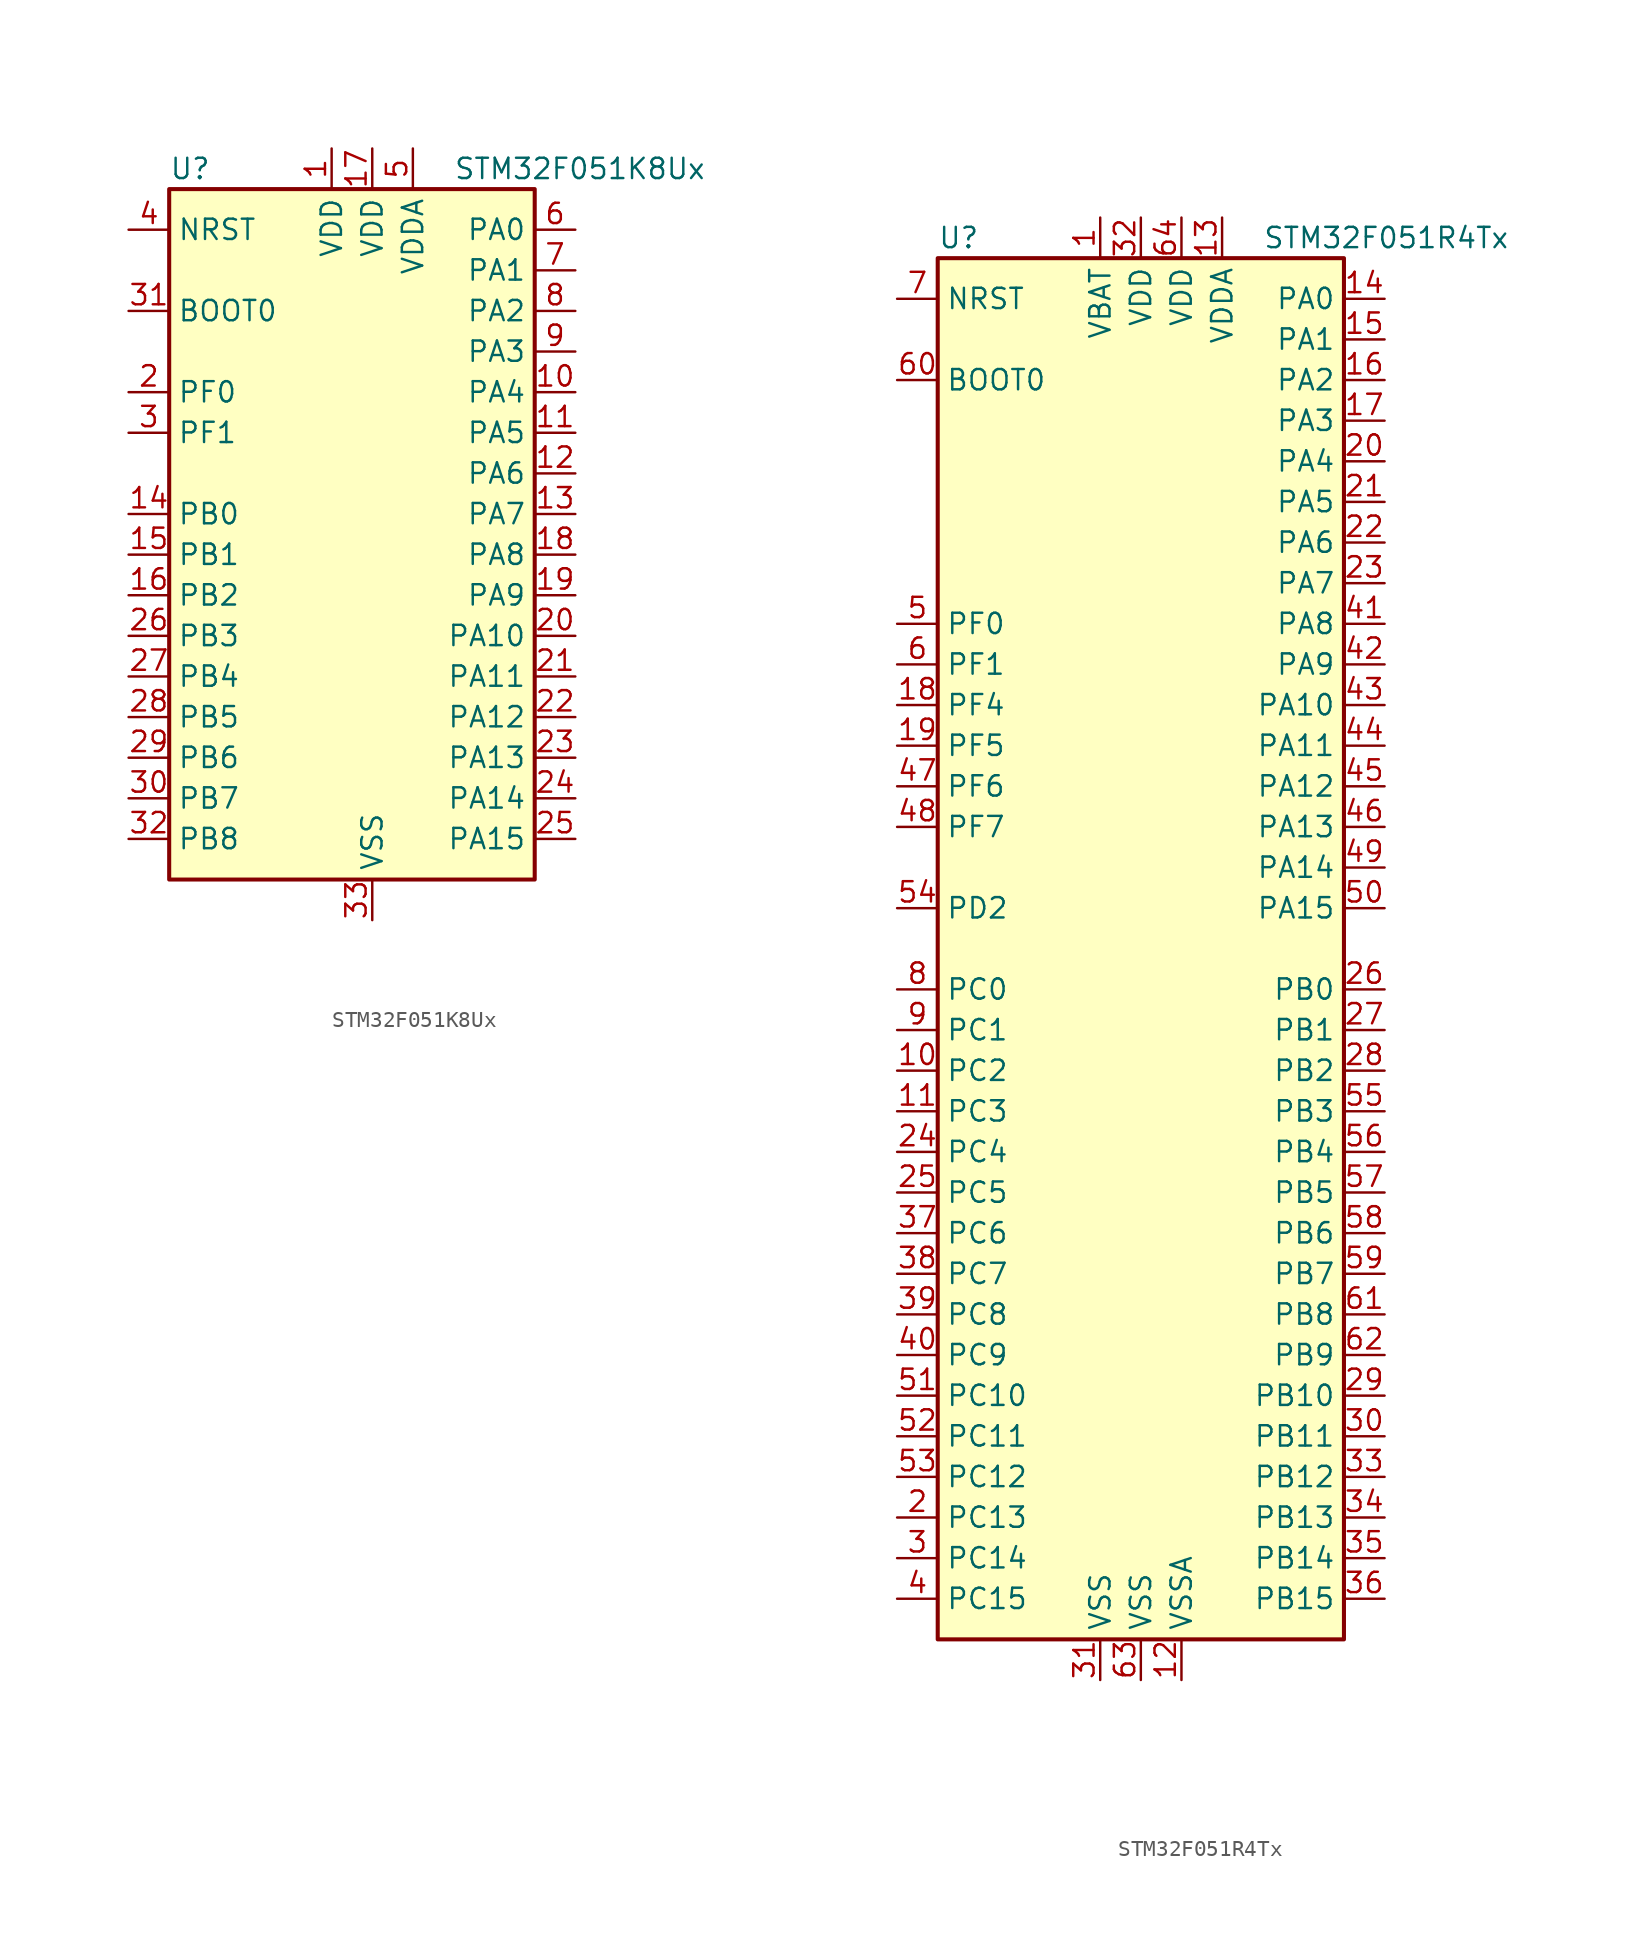
<source format=kicad_sym>
(kicad_symbol_lib
  (version 20211014)
  (generator kicad_symbol_editor)
  (symbol "STM32F051K8Ux"
    (property "Reference" "U"
      (at -12.7 21.59 0)
      (effects (font (size 1.27 1.27)) (justify left)))
    (property "Value" "STM32F051K8Ux"
      (at 5.08 21.59 0)
      (effects (font (size 1.27 1.27)) (justify left)))
    (symbol "STM32F051K8Ux_0_1"
      (rectangle (start -12.7 -22.86) (end 10.16 20.32) (stroke (width 0.254) (type default) (color 0 0 0 0)) (fill (type background))))
    (symbol "STM32F051K8Ux_1_1"
      (pin power_in line (at -2.54 22.86 270) (length 2.54) (name "VDD" (effects (font (size 1.27 1.27)))) (number "1" (effects (font (size 1.27 1.27)))))
      (pin bidirectional line (at 12.7 7.62 180) (length 2.54) (name "PA4" (effects (font (size 1.27 1.27)))) (number "10" (effects (font (size 1.27 1.27)))))
      (pin bidirectional line (at 12.7 5.08 180) (length 2.54) (name "PA5" (effects (font (size 1.27 1.27)))) (number "11" (effects (font (size 1.27 1.27)))))
      (pin bidirectional line (at 12.7 2.54 180) (length 2.54) (name "PA6" (effects (font (size 1.27 1.27)))) (number "12" (effects (font (size 1.27 1.27)))))
      (pin bidirectional line (at 12.7 0 180) (length 2.54) (name "PA7" (effects (font (size 1.27 1.27)))) (number "13" (effects (font (size 1.27 1.27)))))
      (pin bidirectional line (at -15.24 0 0) (length 2.54) (name "PB0" (effects (font (size 1.27 1.27)))) (number "14" (effects (font (size 1.27 1.27)))))
      (pin bidirectional line (at -15.24 -2.54 0) (length 2.54) (name "PB1" (effects (font (size 1.27 1.27)))) (number "15" (effects (font (size 1.27 1.27)))))
      (pin bidirectional line (at -15.24 -5.08 0) (length 2.54) (name "PB2" (effects (font (size 1.27 1.27)))) (number "16" (effects (font (size 1.27 1.27)))))
      (pin power_in line (at 0 22.86 270) (length 2.54) (name "VDD" (effects (font (size 1.27 1.27)))) (number "17" (effects (font (size 1.27 1.27)))))
      (pin bidirectional line (at 12.7 -2.54 180) (length 2.54) (name "PA8" (effects (font (size 1.27 1.27)))) (number "18" (effects (font (size 1.27 1.27)))))
      (pin bidirectional line (at 12.7 -5.08 180) (length 2.54) (name "PA9" (effects (font (size 1.27 1.27)))) (number "19" (effects (font (size 1.27 1.27)))))
      (pin input line (at -15.24 7.62 0) (length 2.54) (name "PF0" (effects (font (size 1.27 1.27)))) (number "2" (effects (font (size 1.27 1.27)))))
      (pin bidirectional line (at 12.7 -7.62 180) (length 2.54) (name "PA10" (effects (font (size 1.27 1.27)))) (number "20" (effects (font (size 1.27 1.27)))))
      (pin bidirectional line (at 12.7 -10.16 180) (length 2.54) (name "PA11" (effects (font (size 1.27 1.27)))) (number "21" (effects (font (size 1.27 1.27)))))
      (pin bidirectional line (at 12.7 -12.7 180) (length 2.54) (name "PA12" (effects (font (size 1.27 1.27)))) (number "22" (effects (font (size 1.27 1.27)))))
      (pin bidirectional line (at 12.7 -15.24 180) (length 2.54) (name "PA13" (effects (font (size 1.27 1.27)))) (number "23" (effects (font (size 1.27 1.27)))))
      (pin bidirectional line (at 12.7 -17.78 180) (length 2.54) (name "PA14" (effects (font (size 1.27 1.27)))) (number "24" (effects (font (size 1.27 1.27)))))
      (pin bidirectional line (at 12.7 -20.32 180) (length 2.54) (name "PA15" (effects (font (size 1.27 1.27)))) (number "25" (effects (font (size 1.27 1.27)))))
      (pin bidirectional line (at -15.24 -7.62 0) (length 2.54) (name "PB3" (effects (font (size 1.27 1.27)))) (number "26" (effects (font (size 1.27 1.27)))))
      (pin bidirectional line (at -15.24 -10.16 0) (length 2.54) (name "PB4" (effects (font (size 1.27 1.27)))) (number "27" (effects (font (size 1.27 1.27)))))
      (pin bidirectional line (at -15.24 -12.7 0) (length 2.54) (name "PB5" (effects (font (size 1.27 1.27)))) (number "28" (effects (font (size 1.27 1.27)))))
      (pin bidirectional line (at -15.24 -15.24 0) (length 2.54) (name "PB6" (effects (font (size 1.27 1.27)))) (number "29" (effects (font (size 1.27 1.27)))))
      (pin input line (at -15.24 5.08 0) (length 2.54) (name "PF1" (effects (font (size 1.27 1.27)))) (number "3" (effects (font (size 1.27 1.27)))))
      (pin bidirectional line (at -15.24 -17.78 0) (length 2.54) (name "PB7" (effects (font (size 1.27 1.27)))) (number "30" (effects (font (size 1.27 1.27)))))
      (pin input line (at -15.24 12.7 0) (length 2.54) (name "BOOT0" (effects (font (size 1.27 1.27)))) (number "31" (effects (font (size 1.27 1.27)))))
      (pin bidirectional line (at -15.24 -20.32 0) (length 2.54) (name "PB8" (effects (font (size 1.27 1.27)))) (number "32" (effects (font (size 1.27 1.27)))))
      (pin power_in line (at 0 -25.4 90) (length 2.54) (name "VSS" (effects (font (size 1.27 1.27)))) (number "33" (effects (font (size 1.27 1.27)))))
      (pin input line (at -15.24 17.78 0) (length 2.54) (name "NRST" (effects (font (size 1.27 1.27)))) (number "4" (effects (font (size 1.27 1.27)))))
      (pin power_in line (at 2.54 22.86 270) (length 2.54) (name "VDDA" (effects (font (size 1.27 1.27)))) (number "5" (effects (font (size 1.27 1.27)))))
      (pin bidirectional line (at 12.7 17.78 180) (length 2.54) (name "PA0" (effects (font (size 1.27 1.27)))) (number "6" (effects (font (size 1.27 1.27)))))
      (pin bidirectional line (at 12.7 15.24 180) (length 2.54) (name "PA1" (effects (font (size 1.27 1.27)))) (number "7" (effects (font (size 1.27 1.27)))))
      (pin bidirectional line (at 12.7 12.7 180) (length 2.54) (name "PA2" (effects (font (size 1.27 1.27)))) (number "8" (effects (font (size 1.27 1.27)))))
      (pin bidirectional line (at 12.7 10.16 180) (length 2.54) (name "PA3" (effects (font (size 1.27 1.27)))) (number "9" (effects (font (size 1.27 1.27)))))))
  (symbol "STM32F051R4Tx"
    (property "Reference" "U"
      (at -12.7 44.45 0)
      (effects (font (size 1.27 1.27)) (justify left)))
    (property "Value" "STM32F051R4Tx"
      (at 7.62 44.45 0)
      (effects (font (size 1.27 1.27)) (justify left)))
    (symbol "STM32F051R4Tx_0_1"
      (rectangle (start -12.7 -43.18) (end 12.7 43.18) (stroke (width 0.254) (type default) (color 0 0 0 0)) (fill (type background))))
    (symbol "STM32F051R4Tx_1_1"
      (pin power_in line (at -2.54 45.72 270) (length 2.54) (name "VBAT" (effects (font (size 1.27 1.27)))) (number "1" (effects (font (size 1.27 1.27)))))
      (pin bidirectional line (at -15.24 -7.62 0) (length 2.54) (name "PC2" (effects (font (size 1.27 1.27)))) (number "10" (effects (font (size 1.27 1.27)))))
      (pin bidirectional line (at -15.24 -10.16 0) (length 2.54) (name "PC3" (effects (font (size 1.27 1.27)))) (number "11" (effects (font (size 1.27 1.27)))))
      (pin power_in line (at 2.54 -45.72 90) (length 2.54) (name "VSSA" (effects (font (size 1.27 1.27)))) (number "12" (effects (font (size 1.27 1.27)))))
      (pin power_in line (at 5.08 45.72 270) (length 2.54) (name "VDDA" (effects (font (size 1.27 1.27)))) (number "13" (effects (font (size 1.27 1.27)))))
      (pin bidirectional line (at 15.24 40.64 180) (length 2.54) (name "PA0" (effects (font (size 1.27 1.27)))) (number "14" (effects (font (size 1.27 1.27)))))
      (pin bidirectional line (at 15.24 38.1 180) (length 2.54) (name "PA1" (effects (font (size 1.27 1.27)))) (number "15" (effects (font (size 1.27 1.27)))))
      (pin bidirectional line (at 15.24 35.56 180) (length 2.54) (name "PA2" (effects (font (size 1.27 1.27)))) (number "16" (effects (font (size 1.27 1.27)))))
      (pin bidirectional line (at 15.24 33.02 180) (length 2.54) (name "PA3" (effects (font (size 1.27 1.27)))) (number "17" (effects (font (size 1.27 1.27)))))
      (pin bidirectional line (at -15.24 15.24 0) (length 2.54) (name "PF4" (effects (font (size 1.27 1.27)))) (number "18" (effects (font (size 1.27 1.27)))))
      (pin bidirectional line (at -15.24 12.7 0) (length 2.54) (name "PF5" (effects (font (size 1.27 1.27)))) (number "19" (effects (font (size 1.27 1.27)))))
      (pin bidirectional line (at -15.24 -35.56 0) (length 2.54) (name "PC13" (effects (font (size 1.27 1.27)))) (number "2" (effects (font (size 1.27 1.27)))))
      (pin bidirectional line (at 15.24 30.48 180) (length 2.54) (name "PA4" (effects (font (size 1.27 1.27)))) (number "20" (effects (font (size 1.27 1.27)))))
      (pin bidirectional line (at 15.24 27.94 180) (length 2.54) (name "PA5" (effects (font (size 1.27 1.27)))) (number "21" (effects (font (size 1.27 1.27)))))
      (pin bidirectional line (at 15.24 25.4 180) (length 2.54) (name "PA6" (effects (font (size 1.27 1.27)))) (number "22" (effects (font (size 1.27 1.27)))))
      (pin bidirectional line (at 15.24 22.86 180) (length 2.54) (name "PA7" (effects (font (size 1.27 1.27)))) (number "23" (effects (font (size 1.27 1.27)))))
      (pin bidirectional line (at -15.24 -12.7 0) (length 2.54) (name "PC4" (effects (font (size 1.27 1.27)))) (number "24" (effects (font (size 1.27 1.27)))))
      (pin bidirectional line (at -15.24 -15.24 0) (length 2.54) (name "PC5" (effects (font (size 1.27 1.27)))) (number "25" (effects (font (size 1.27 1.27)))))
      (pin bidirectional line (at 15.24 -2.54 180) (length 2.54) (name "PB0" (effects (font (size 1.27 1.27)))) (number "26" (effects (font (size 1.27 1.27)))))
      (pin bidirectional line (at 15.24 -5.08 180) (length 2.54) (name "PB1" (effects (font (size 1.27 1.27)))) (number "27" (effects (font (size 1.27 1.27)))))
      (pin bidirectional line (at 15.24 -7.62 180) (length 2.54) (name "PB2" (effects (font (size 1.27 1.27)))) (number "28" (effects (font (size 1.27 1.27)))))
      (pin bidirectional line (at 15.24 -27.94 180) (length 2.54) (name "PB10" (effects (font (size 1.27 1.27)))) (number "29" (effects (font (size 1.27 1.27)))))
      (pin bidirectional line (at -15.24 -38.1 0) (length 2.54) (name "PC14" (effects (font (size 1.27 1.27)))) (number "3" (effects (font (size 1.27 1.27)))))
      (pin bidirectional line (at 15.24 -30.48 180) (length 2.54) (name "PB11" (effects (font (size 1.27 1.27)))) (number "30" (effects (font (size 1.27 1.27)))))
      (pin power_in line (at -2.54 -45.72 90) (length 2.54) (name "VSS" (effects (font (size 1.27 1.27)))) (number "31" (effects (font (size 1.27 1.27)))))
      (pin power_in line (at 0 45.72 270) (length 2.54) (name "VDD" (effects (font (size 1.27 1.27)))) (number "32" (effects (font (size 1.27 1.27)))))
      (pin bidirectional line (at 15.24 -33.02 180) (length 2.54) (name "PB12" (effects (font (size 1.27 1.27)))) (number "33" (effects (font (size 1.27 1.27)))))
      (pin bidirectional line (at 15.24 -35.56 180) (length 2.54) (name "PB13" (effects (font (size 1.27 1.27)))) (number "34" (effects (font (size 1.27 1.27)))))
      (pin bidirectional line (at 15.24 -38.1 180) (length 2.54) (name "PB14" (effects (font (size 1.27 1.27)))) (number "35" (effects (font (size 1.27 1.27)))))
      (pin bidirectional line (at 15.24 -40.64 180) (length 2.54) (name "PB15" (effects (font (size 1.27 1.27)))) (number "36" (effects (font (size 1.27 1.27)))))
      (pin bidirectional line (at -15.24 -17.78 0) (length 2.54) (name "PC6" (effects (font (size 1.27 1.27)))) (number "37" (effects (font (size 1.27 1.27)))))
      (pin bidirectional line (at -15.24 -20.32 0) (length 2.54) (name "PC7" (effects (font (size 1.27 1.27)))) (number "38" (effects (font (size 1.27 1.27)))))
      (pin bidirectional line (at -15.24 -22.86 0) (length 2.54) (name "PC8" (effects (font (size 1.27 1.27)))) (number "39" (effects (font (size 1.27 1.27)))))
      (pin bidirectional line (at -15.24 -40.64 0) (length 2.54) (name "PC15" (effects (font (size 1.27 1.27)))) (number "4" (effects (font (size 1.27 1.27)))))
      (pin bidirectional line (at -15.24 -25.4 0) (length 2.54) (name "PC9" (effects (font (size 1.27 1.27)))) (number "40" (effects (font (size 1.27 1.27)))))
      (pin bidirectional line (at 15.24 20.32 180) (length 2.54) (name "PA8" (effects (font (size 1.27 1.27)))) (number "41" (effects (font (size 1.27 1.27)))))
      (pin bidirectional line (at 15.24 17.78 180) (length 2.54) (name "PA9" (effects (font (size 1.27 1.27)))) (number "42" (effects (font (size 1.27 1.27)))))
      (pin bidirectional line (at 15.24 15.24 180) (length 2.54) (name "PA10" (effects (font (size 1.27 1.27)))) (number "43" (effects (font (size 1.27 1.27)))))
      (pin bidirectional line (at 15.24 12.7 180) (length 2.54) (name "PA11" (effects (font (size 1.27 1.27)))) (number "44" (effects (font (size 1.27 1.27)))))
      (pin bidirectional line (at 15.24 10.16 180) (length 2.54) (name "PA12" (effects (font (size 1.27 1.27)))) (number "45" (effects (font (size 1.27 1.27)))))
      (pin bidirectional line (at 15.24 7.62 180) (length 2.54) (name "PA13" (effects (font (size 1.27 1.27)))) (number "46" (effects (font (size 1.27 1.27)))))
      (pin bidirectional line (at -15.24 10.16 0) (length 2.54) (name "PF6" (effects (font (size 1.27 1.27)))) (number "47" (effects (font (size 1.27 1.27)))))
      (pin bidirectional line (at -15.24 7.62 0) (length 2.54) (name "PF7" (effects (font (size 1.27 1.27)))) (number "48" (effects (font (size 1.27 1.27)))))
      (pin bidirectional line (at 15.24 5.08 180) (length 2.54) (name "PA14" (effects (font (size 1.27 1.27)))) (number "49" (effects (font (size 1.27 1.27)))))
      (pin input line (at -15.24 20.32 0) (length 2.54) (name "PF0" (effects (font (size 1.27 1.27)))) (number "5" (effects (font (size 1.27 1.27)))))
      (pin bidirectional line (at 15.24 2.54 180) (length 2.54) (name "PA15" (effects (font (size 1.27 1.27)))) (number "50" (effects (font (size 1.27 1.27)))))
      (pin bidirectional line (at -15.24 -27.94 0) (length 2.54) (name "PC10" (effects (font (size 1.27 1.27)))) (number "51" (effects (font (size 1.27 1.27)))))
      (pin bidirectional line (at -15.24 -30.48 0) (length 2.54) (name "PC11" (effects (font (size 1.27 1.27)))) (number "52" (effects (font (size 1.27 1.27)))))
      (pin bidirectional line (at -15.24 -33.02 0) (length 2.54) (name "PC12" (effects (font (size 1.27 1.27)))) (number "53" (effects (font (size 1.27 1.27)))))
      (pin bidirectional line (at -15.24 2.54 0) (length 2.54) (name "PD2" (effects (font (size 1.27 1.27)))) (number "54" (effects (font (size 1.27 1.27)))))
      (pin bidirectional line (at 15.24 -10.16 180) (length 2.54) (name "PB3" (effects (font (size 1.27 1.27)))) (number "55" (effects (font (size 1.27 1.27)))))
      (pin bidirectional line (at 15.24 -12.7 180) (length 2.54) (name "PB4" (effects (font (size 1.27 1.27)))) (number "56" (effects (font (size 1.27 1.27)))))
      (pin bidirectional line (at 15.24 -15.24 180) (length 2.54) (name "PB5" (effects (font (size 1.27 1.27)))) (number "57" (effects (font (size 1.27 1.27)))))
      (pin bidirectional line (at 15.24 -17.78 180) (length 2.54) (name "PB6" (effects (font (size 1.27 1.27)))) (number "58" (effects (font (size 1.27 1.27)))))
      (pin bidirectional line (at 15.24 -20.32 180) (length 2.54) (name "PB7" (effects (font (size 1.27 1.27)))) (number "59" (effects (font (size 1.27 1.27)))))
      (pin input line (at -15.24 17.78 0) (length 2.54) (name "PF1" (effects (font (size 1.27 1.27)))) (number "6" (effects (font (size 1.27 1.27)))))
      (pin input line (at -15.24 35.56 0) (length 2.54) (name "BOOT0" (effects (font (size 1.27 1.27)))) (number "60" (effects (font (size 1.27 1.27)))))
      (pin bidirectional line (at 15.24 -22.86 180) (length 2.54) (name "PB8" (effects (font (size 1.27 1.27)))) (number "61" (effects (font (size 1.27 1.27)))))
      (pin bidirectional line (at 15.24 -25.4 180) (length 2.54) (name "PB9" (effects (font (size 1.27 1.27)))) (number "62" (effects (font (size 1.27 1.27)))))
      (pin power_in line (at 0 -45.72 90) (length 2.54) (name "VSS" (effects (font (size 1.27 1.27)))) (number "63" (effects (font (size 1.27 1.27)))))
      (pin power_in line (at 2.54 45.72 270) (length 2.54) (name "VDD" (effects (font (size 1.27 1.27)))) (number "64" (effects (font (size 1.27 1.27)))))
      (pin input line (at -15.24 40.64 0) (length 2.54) (name "NRST" (effects (font (size 1.27 1.27)))) (number "7" (effects (font (size 1.27 1.27)))))
      (pin bidirectional line (at -15.24 -2.54 0) (length 2.54) (name "PC0" (effects (font (size 1.27 1.27)))) (number "8" (effects (font (size 1.27 1.27)))))
      (pin bidirectional line (at -15.24 -5.08 0) (length 2.54) (name "PC1" (effects (font (size 1.27 1.27)))) (number "9" (effects (font (size 1.27 1.27))))))))
</source>
